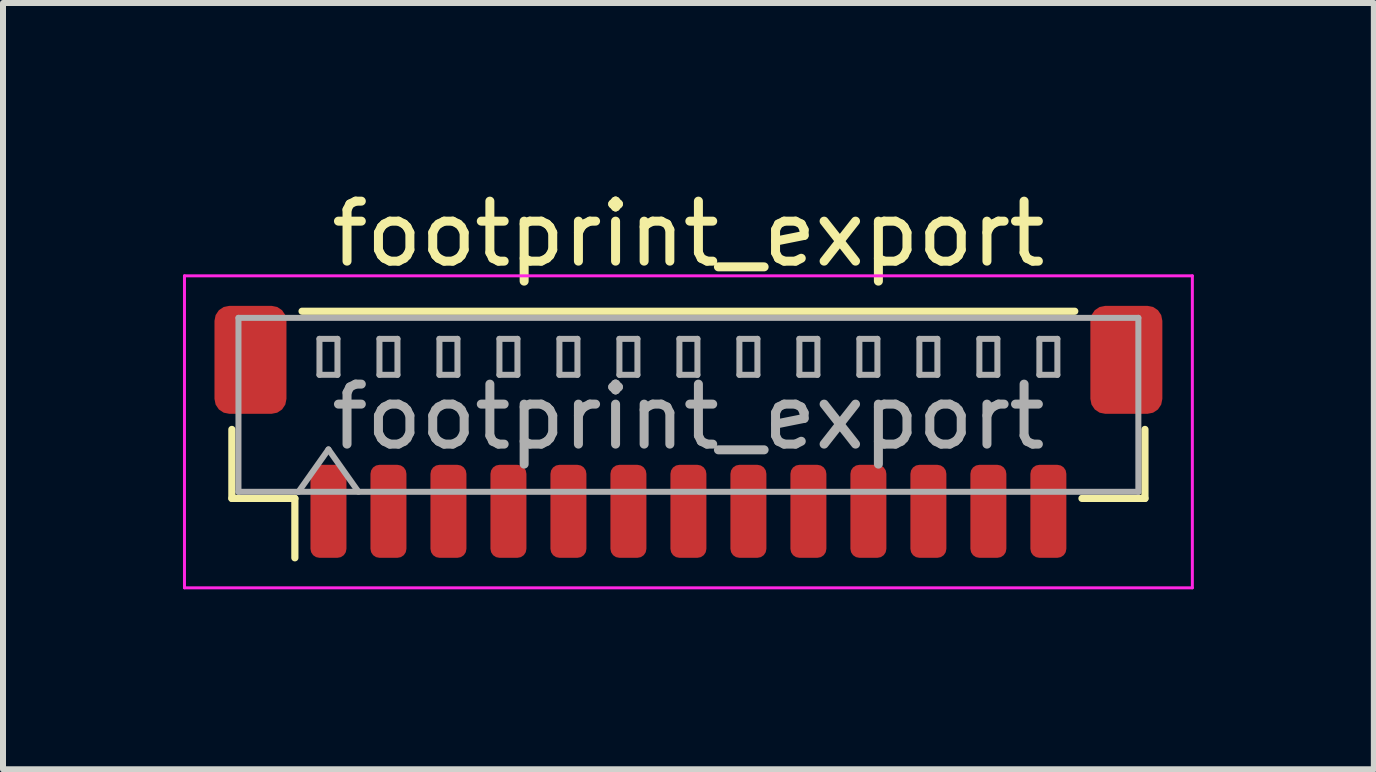
<source format=kicad_pcb>
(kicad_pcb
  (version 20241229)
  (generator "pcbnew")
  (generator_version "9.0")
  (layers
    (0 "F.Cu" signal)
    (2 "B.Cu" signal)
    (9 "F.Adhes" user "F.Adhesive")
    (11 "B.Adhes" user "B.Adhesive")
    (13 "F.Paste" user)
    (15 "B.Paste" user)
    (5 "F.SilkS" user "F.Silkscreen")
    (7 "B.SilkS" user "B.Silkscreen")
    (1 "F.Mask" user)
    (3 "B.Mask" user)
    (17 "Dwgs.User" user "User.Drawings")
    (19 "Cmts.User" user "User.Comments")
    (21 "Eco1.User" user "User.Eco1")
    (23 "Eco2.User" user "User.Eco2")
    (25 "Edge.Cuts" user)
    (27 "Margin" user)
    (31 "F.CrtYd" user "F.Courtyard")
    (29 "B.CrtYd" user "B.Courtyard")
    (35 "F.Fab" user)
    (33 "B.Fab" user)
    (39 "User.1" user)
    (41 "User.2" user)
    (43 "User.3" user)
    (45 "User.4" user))
  (footprint "footprint_export"
    (layer "F.Cu")
    (at 8.425 4.148)
    (property "Reference" "footprint_export" (at 0 -3.3 0) (layer "F.SilkS") (effects (font (size 1 1) (thickness 0.15))))
    (attr smd)
    (fp_line (start -7.61 -0.04) (end -7.61 1.11) (stroke (width 0.12) (type solid)) (layer "F.SilkS"))
    (fp_line (start -7.61 1.11) (end -6.56 1.11) (stroke (width 0.12) (type solid)) (layer "F.SilkS"))
    (fp_line (start -6.56 1.11) (end -6.56 2.1) (stroke (width 0.12) (type solid)) (layer "F.SilkS"))
    (fp_line (start -6.44 -2.01) (end 6.44 -2.01) (stroke (width 0.12) (type solid)) (layer "F.SilkS"))
    (fp_line (start 7.61 -0.04) (end 7.61 1.11) (stroke (width 0.12) (type solid)) (layer "F.SilkS"))
    (fp_line (start 7.61 1.11) (end 6.56 1.11) (stroke (width 0.12) (type solid)) (layer "F.SilkS"))
    (fp_line (start -8.4 -2.6) (end -8.4 2.6) (stroke (width 0.05) (type solid)) (layer "F.CrtYd"))
    (fp_line (start -8.4 2.6) (end 8.4 2.6) (stroke (width 0.05) (type solid)) (layer "F.CrtYd"))
    (fp_line (start 8.4 -2.6) (end -8.4 -2.6) (stroke (width 0.05) (type solid)) (layer "F.CrtYd"))
    (fp_line (start 8.4 2.6) (end 8.4 -2.6) (stroke (width 0.05) (type solid)) (layer "F.CrtYd"))
    (fp_line (start -7.5 -1.9) (end 7.5 -1.9) (stroke (width 0.1) (type solid)) (layer "F.Fab"))
    (fp_line (start -7.5 1) (end -7.5 -1.9) (stroke (width 0.1) (type solid)) (layer "F.Fab"))
    (fp_line (start -7.5 1) (end 7.5 1) (stroke (width 0.1) (type solid)) (layer "F.Fab"))
    (fp_line (start -6.5 1) (end -6 0.293) (stroke (width 0.1) (type solid)) (layer "F.Fab"))
    (fp_line (start -6.15 -1.55) (end -6.15 -0.95) (stroke (width 0.1) (type solid)) (layer "F.Fab"))
    (fp_line (start -6.15 -0.95) (end -5.85 -0.95) (stroke (width 0.1) (type solid)) (layer "F.Fab"))
    (fp_line (start -6 0.293) (end -5.5 1) (stroke (width 0.1) (type solid)) (layer "F.Fab"))
    (fp_line (start -5.85 -1.55) (end -6.15 -1.55) (stroke (width 0.1) (type solid)) (layer "F.Fab"))
    (fp_line (start -5.85 -0.95) (end -5.85 -1.55) (stroke (width 0.1) (type solid)) (layer "F.Fab"))
    (fp_line (start -5.15 -1.55) (end -5.15 -0.95) (stroke (width 0.1) (type solid)) (layer "F.Fab"))
    (fp_line (start -5.15 -0.95) (end -4.85 -0.95) (stroke (width 0.1) (type solid)) (layer "F.Fab"))
    (fp_line (start -4.85 -1.55) (end -5.15 -1.55) (stroke (width 0.1) (type solid)) (layer "F.Fab"))
    (fp_line (start -4.85 -0.95) (end -4.85 -1.55) (stroke (width 0.1) (type solid)) (layer "F.Fab"))
    (fp_line (start -4.15 -1.55) (end -4.15 -0.95) (stroke (width 0.1) (type solid)) (layer "F.Fab"))
    (fp_line (start -4.15 -0.95) (end -3.85 -0.95) (stroke (width 0.1) (type solid)) (layer "F.Fab"))
    (fp_line (start -3.85 -1.55) (end -4.15 -1.55) (stroke (width 0.1) (type solid)) (layer "F.Fab"))
    (fp_line (start -3.85 -0.95) (end -3.85 -1.55) (stroke (width 0.1) (type solid)) (layer "F.Fab"))
    (fp_line (start -3.15 -1.55) (end -3.15 -0.95) (stroke (width 0.1) (type solid)) (layer "F.Fab"))
    (fp_line (start -3.15 -0.95) (end -2.85 -0.95) (stroke (width 0.1) (type solid)) (layer "F.Fab"))
    (fp_line (start -2.85 -1.55) (end -3.15 -1.55) (stroke (width 0.1) (type solid)) (layer "F.Fab"))
    (fp_line (start -2.85 -0.95) (end -2.85 -1.55) (stroke (width 0.1) (type solid)) (layer "F.Fab"))
    (fp_line (start -2.15 -1.55) (end -2.15 -0.95) (stroke (width 0.1) (type solid)) (layer "F.Fab"))
    (fp_line (start -2.15 -0.95) (end -1.85 -0.95) (stroke (width 0.1) (type solid)) (layer "F.Fab"))
    (fp_line (start -1.85 -1.55) (end -2.15 -1.55) (stroke (width 0.1) (type solid)) (layer "F.Fab"))
    (fp_line (start -1.85 -0.95) (end -1.85 -1.55) (stroke (width 0.1) (type solid)) (layer "F.Fab"))
    (fp_line (start -1.15 -1.55) (end -1.15 -0.95) (stroke (width 0.1) (type solid)) (layer "F.Fab"))
    (fp_line (start -1.15 -0.95) (end -0.85 -0.95) (stroke (width 0.1) (type solid)) (layer "F.Fab"))
    (fp_line (start -0.85 -1.55) (end -1.15 -1.55) (stroke (width 0.1) (type solid)) (layer "F.Fab"))
    (fp_line (start -0.85 -0.95) (end -0.85 -1.55) (stroke (width 0.1) (type solid)) (layer "F.Fab"))
    (fp_line (start -0.15 -1.55) (end -0.15 -0.95) (stroke (width 0.1) (type solid)) (layer "F.Fab"))
    (fp_line (start -0.15 -0.95) (end 0.15 -0.95) (stroke (width 0.1) (type solid)) (layer "F.Fab"))
    (fp_line (start 0.15 -1.55) (end -0.15 -1.55) (stroke (width 0.1) (type solid)) (layer "F.Fab"))
    (fp_line (start 0.15 -0.95) (end 0.15 -1.55) (stroke (width 0.1) (type solid)) (layer "F.Fab"))
    (fp_line (start 0.85 -1.55) (end 0.85 -0.95) (stroke (width 0.1) (type solid)) (layer "F.Fab"))
    (fp_line (start 0.85 -0.95) (end 1.15 -0.95) (stroke (width 0.1) (type solid)) (layer "F.Fab"))
    (fp_line (start 1.15 -1.55) (end 0.85 -1.55) (stroke (width 0.1) (type solid)) (layer "F.Fab"))
    (fp_line (start 1.15 -0.95) (end 1.15 -1.55) (stroke (width 0.1) (type solid)) (layer "F.Fab"))
    (fp_line (start 1.85 -1.55) (end 1.85 -0.95) (stroke (width 0.1) (type solid)) (layer "F.Fab"))
    (fp_line (start 1.85 -0.95) (end 2.15 -0.95) (stroke (width 0.1) (type solid)) (layer "F.Fab"))
    (fp_line (start 2.15 -1.55) (end 1.85 -1.55) (stroke (width 0.1) (type solid)) (layer "F.Fab"))
    (fp_line (start 2.15 -0.95) (end 2.15 -1.55) (stroke (width 0.1) (type solid)) (layer "F.Fab"))
    (fp_line (start 2.85 -1.55) (end 2.85 -0.95) (stroke (width 0.1) (type solid)) (layer "F.Fab"))
    (fp_line (start 2.85 -0.95) (end 3.15 -0.95) (stroke (width 0.1) (type solid)) (layer "F.Fab"))
    (fp_line (start 3.15 -1.55) (end 2.85 -1.55) (stroke (width 0.1) (type solid)) (layer "F.Fab"))
    (fp_line (start 3.15 -0.95) (end 3.15 -1.55) (stroke (width 0.1) (type solid)) (layer "F.Fab"))
    (fp_line (start 3.85 -1.55) (end 3.85 -0.95) (stroke (width 0.1) (type solid)) (layer "F.Fab"))
    (fp_line (start 3.85 -0.95) (end 4.15 -0.95) (stroke (width 0.1) (type solid)) (layer "F.Fab"))
    (fp_line (start 4.15 -1.55) (end 3.85 -1.55) (stroke (width 0.1) (type solid)) (layer "F.Fab"))
    (fp_line (start 4.15 -0.95) (end 4.15 -1.55) (stroke (width 0.1) (type solid)) (layer "F.Fab"))
    (fp_line (start 4.85 -1.55) (end 4.85 -0.95) (stroke (width 0.1) (type solid)) (layer "F.Fab"))
    (fp_line (start 4.85 -0.95) (end 5.15 -0.95) (stroke (width 0.1) (type solid)) (layer "F.Fab"))
    (fp_line (start 5.15 -1.55) (end 4.85 -1.55) (stroke (width 0.1) (type solid)) (layer "F.Fab"))
    (fp_line (start 5.15 -0.95) (end 5.15 -1.55) (stroke (width 0.1) (type solid)) (layer "F.Fab"))
    (fp_line (start 5.85 -1.55) (end 5.85 -0.95) (stroke (width 0.1) (type solid)) (layer "F.Fab"))
    (fp_line (start 5.85 -0.95) (end 6.15 -0.95) (stroke (width 0.1) (type solid)) (layer "F.Fab"))
    (fp_line (start 6.15 -1.55) (end 5.85 -1.55) (stroke (width 0.1) (type solid)) (layer "F.Fab"))
    (fp_line (start 6.15 -0.95) (end 6.15 -1.55) (stroke (width 0.1) (type solid)) (layer "F.Fab"))
    (fp_line (start 7.5 1) (end 7.5 -1.9) (stroke (width 0.1) (type solid)) (layer "F.Fab"))
    (fp_text user "${REFERENCE}" (at 0 -0.25 0) (layer "F.Fab") (effects (font (size 1 1) (thickness 0.15))))
    (pad "1" smd roundrect (at -6 1.325) (size 0.6 1.55) (layers "F.Cu" "F.Mask" "F.Paste") (roundrect_rratio 0.25))
    (pad "2" smd roundrect (at -5 1.325) (size 0.6 1.55) (layers "F.Cu" "F.Mask" "F.Paste") (roundrect_rratio 0.25))
    (pad "3" smd roundrect (at -4 1.325) (size 0.6 1.55) (layers "F.Cu" "F.Mask" "F.Paste") (roundrect_rratio 0.25))
    (pad "4" smd roundrect (at -3 1.325) (size 0.6 1.55) (layers "F.Cu" "F.Mask" "F.Paste") (roundrect_rratio 0.25))
    (pad "5" smd roundrect (at -2 1.325) (size 0.6 1.55) (layers "F.Cu" "F.Mask" "F.Paste") (roundrect_rratio 0.25))
    (pad "6" smd roundrect (at -1 1.325) (size 0.6 1.55) (layers "F.Cu" "F.Mask" "F.Paste") (roundrect_rratio 0.25))
    (pad "7" smd roundrect (at 0 1.325) (size 0.6 1.55) (layers "F.Cu" "F.Mask" "F.Paste") (roundrect_rratio 0.25))
    (pad "8" smd roundrect (at 1 1.325) (size 0.6 1.55) (layers "F.Cu" "F.Mask" "F.Paste") (roundrect_rratio 0.25))
    (pad "9" smd roundrect (at 2 1.325) (size 0.6 1.55) (layers "F.Cu" "F.Mask" "F.Paste") (roundrect_rratio 0.25))
    (pad "10" smd roundrect (at 3 1.325) (size 0.6 1.55) (layers "F.Cu" "F.Mask" "F.Paste") (roundrect_rratio 0.25))
    (pad "11" smd roundrect (at 4 1.325) (size 0.6 1.55) (layers "F.Cu" "F.Mask" "F.Paste") (roundrect_rratio 0.25))
    (pad "12" smd roundrect (at 5 1.325) (size 0.6 1.55) (layers "F.Cu" "F.Mask" "F.Paste") (roundrect_rratio 0.25))
    (pad "13" smd roundrect (at 6 1.325) (size 0.6 1.55) (layers "F.Cu" "F.Mask" "F.Paste") (roundrect_rratio 0.25))
    (pad "MP" smd roundrect (at -7.3 -1.2) (size 1.2 1.8) (layers "F.Cu" "F.Mask" "F.Paste") (roundrect_rratio 0.208))
    (pad "MP" smd roundrect (at 7.3 -1.2) (size 1.2 1.8) (layers "F.Cu" "F.Mask" "F.Paste") (roundrect_rratio 0.208)))
  (gr_rect
    (start -3 -3)
    (end 19.85 9.773)
    (stroke (width 0.1) (type default))
    (fill no)
    (layer "Edge.Cuts")))
</source>
